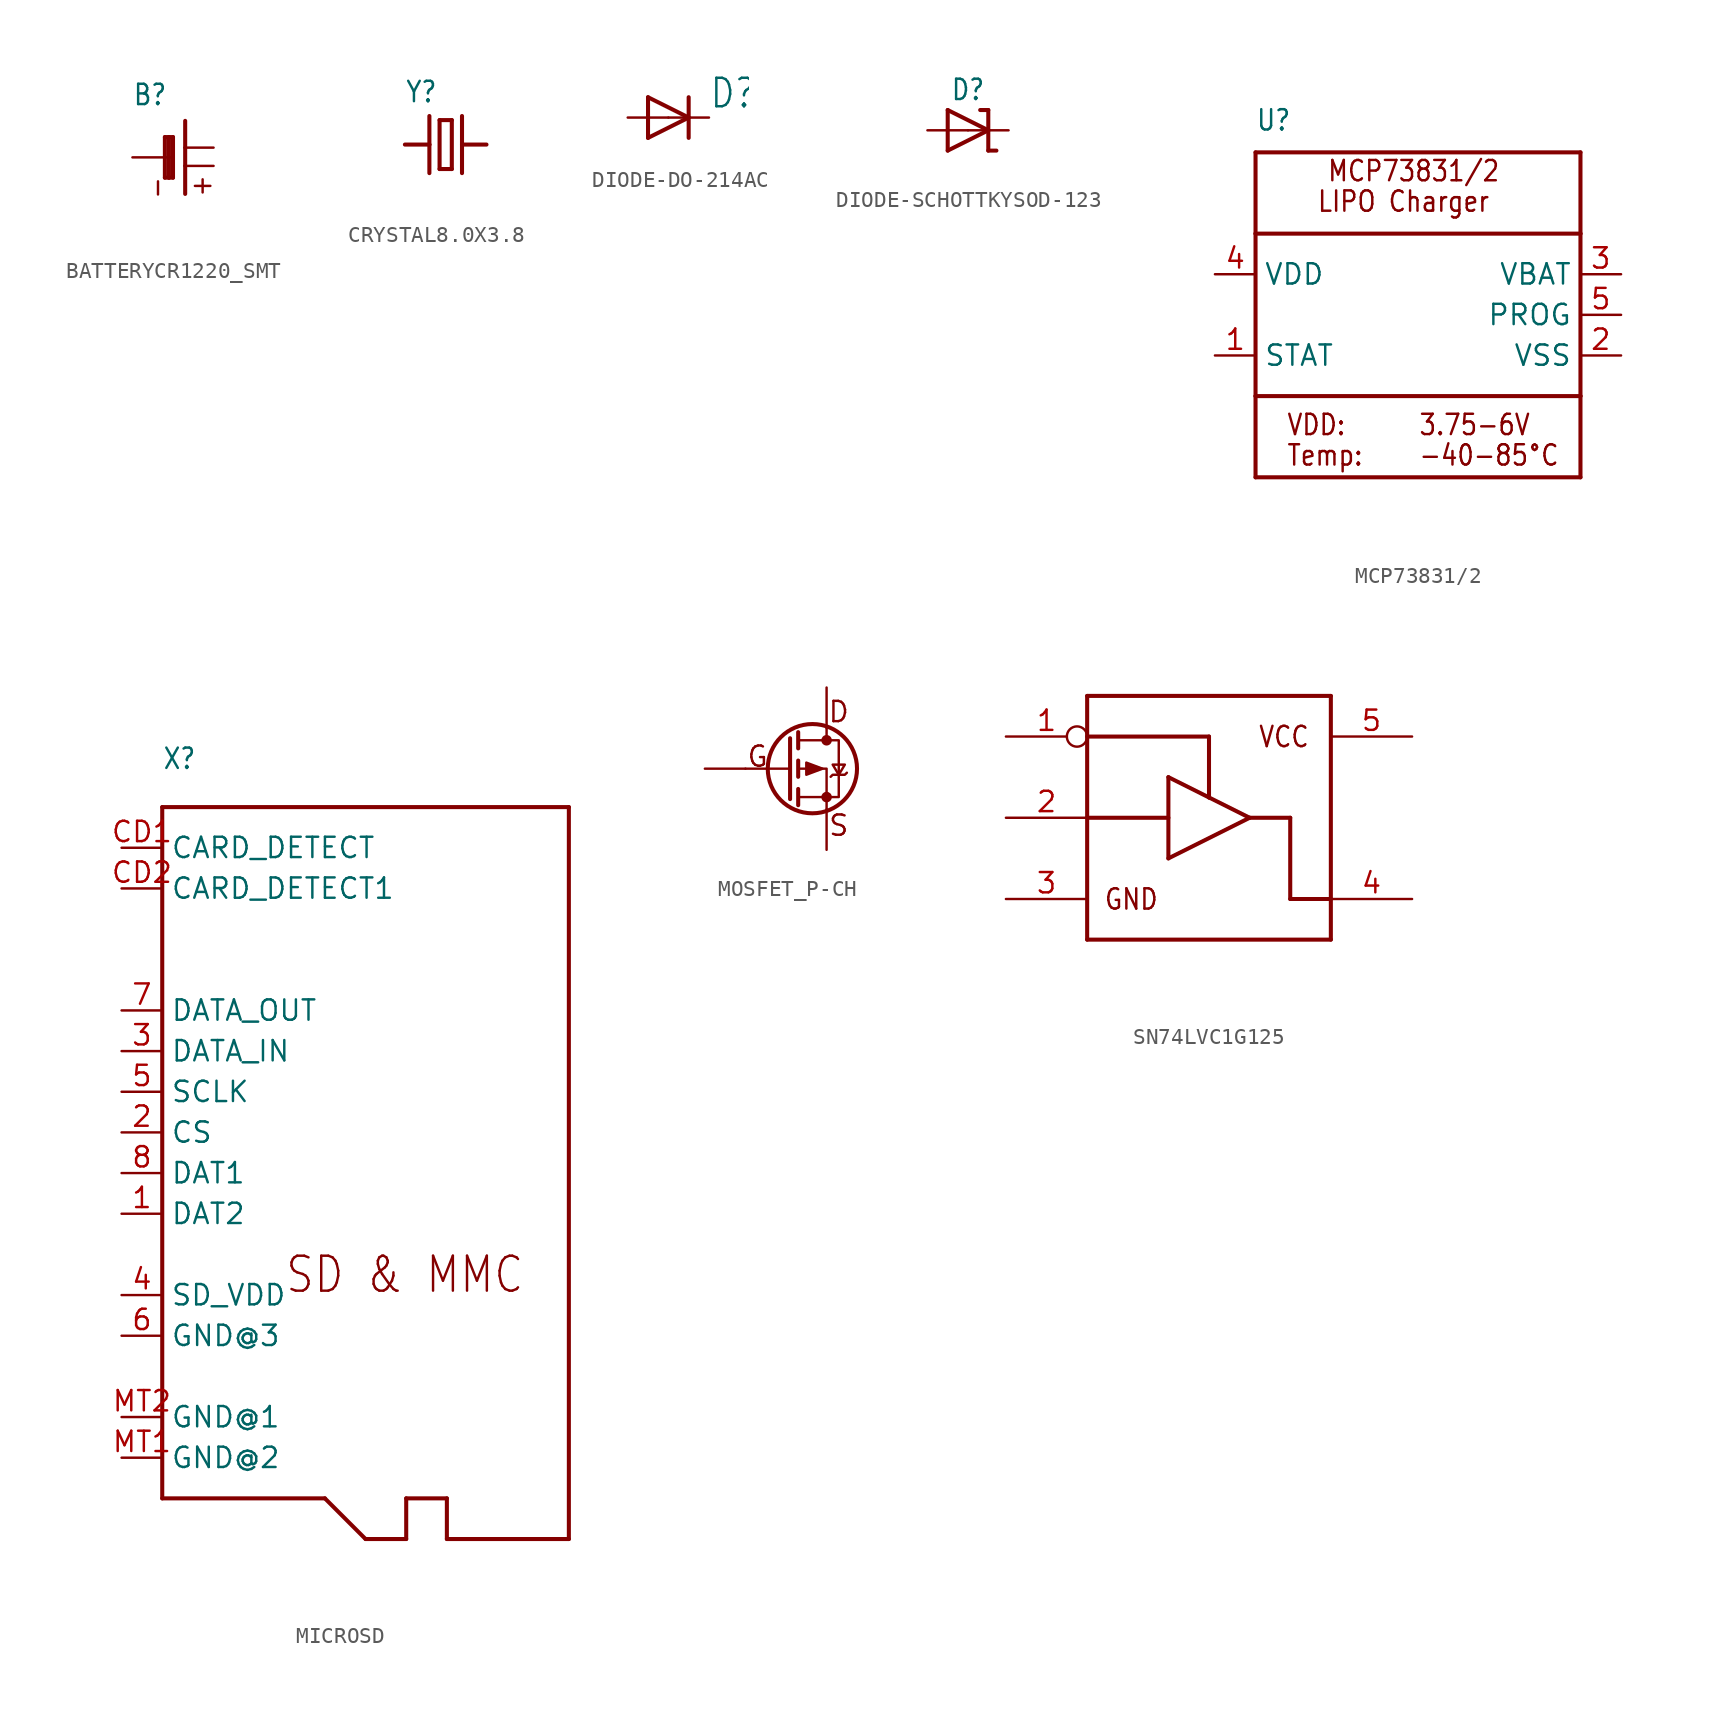
<source format=kicad_sym>
(kicad_symbol_lib
  (version 20241209)
  (generator "kicad_symbol_editor")
  (generator_version "9.0")
  (symbol "BATTERYCR1220_SMT"
    (property "Reference" "B"
      (at -2.54 3.175 0)
      (effects (font (size 1.27 1.079)) (justify left bottom)))
    (property "Value" ""
      (at -2.54 -5.08 0)
      (effects (font (size 1.27 1.079)) (justify left bottom)))
    (property "ki_locked" ""
      (at 0 0 0)
      (effects (font (size 1.27 1.27))))
    (symbol "BATTERYCR1220_SMT_1_0"
      (polyline (pts (xy -0.508 1.27) (xy -0.254 1.27)) (stroke (width 0.254) (type solid)) (fill (type none)))
      (polyline (pts (xy -0.508 -1.27) (xy -0.508 1.27)) (stroke (width 0.254) (type solid)) (fill (type none)))
      (polyline (pts (xy -0.254 1.27) (xy -0.254 -1.27)) (stroke (width 0.254) (type solid)) (fill (type none)))
      (polyline (pts (xy -0.254 1.27) (xy 0 1.27)) (stroke (width 0.254) (type solid)) (fill (type none)))
      (polyline (pts (xy -0.254 -1.27) (xy -0.508 -1.27)) (stroke (width 0.254) (type solid)) (fill (type none)))
      (polyline (pts (xy 0 1.27) (xy 0 -1.27)) (stroke (width 0.254) (type solid)) (fill (type none)))
      (polyline (pts (xy 0 -1.27) (xy -0.254 -1.27)) (stroke (width 0.254) (type solid)) (fill (type none)))
      (polyline (pts (xy 0.762 2.286) (xy 0.762 -2.286)) (stroke (width 0.254) (type solid)) (fill (type none)))
      (text "-" (at -1.778 -1.143 900) (effects (font (size 1.27 1.079)) (justify right top)))
      (text "+" (at 1.016 -1.016 900) (effects (font (size 1.27 1.079)) (justify right top)))
      (pin passive line (at -2.54 0 0) (length 2.54) (name "-" (effects (font (size 0 0)))) (number "3" (effects (font (size 0 0)))))
      (pin passive line (at 2.54 0.61 180) (length 1.829) (name "+" (effects (font (size 0 0)))) (number "1" (effects (font (size 0 0)))))
      (pin passive line (at 2.54 -0.533 180) (length 1.829) (name "+" (effects (font (size 0 0)))) (number "2" (effects (font (size 0 0)))))))
  (symbol "CRYSTAL8.0X3.8"
    (property "Reference" "Y"
      (at -2.54 2.54 0)
      (effects (font (size 1.27 1.079)) (justify left bottom)))
    (property "Value" ""
      (at -2.54 -3.81 0)
      (effects (font (size 1.27 1.079)) (justify left bottom)))
    (property "ki_locked" ""
      (at 0 0 0)
      (effects (font (size 1.27 1.27))))
    (symbol "CRYSTAL8.0X3.8_1_0"
      (polyline (pts (xy -2.54 0) (xy -1.016 0)) (stroke (width 0.254) (type solid)) (fill (type none)))
      (polyline (pts (xy -1.016 1.778) (xy -1.016 0)) (stroke (width 0.254) (type solid)) (fill (type none)))
      (polyline (pts (xy -1.016 0) (xy -1.016 -1.778)) (stroke (width 0.254) (type solid)) (fill (type none)))
      (polyline (pts (xy -0.381 1.524) (xy -0.381 -1.524)) (stroke (width 0.254) (type solid)) (fill (type none)))
      (polyline (pts (xy -0.381 -1.524) (xy 0.381 -1.524)) (stroke (width 0.254) (type solid)) (fill (type none)))
      (polyline (pts (xy 0.381 1.524) (xy -0.381 1.524)) (stroke (width 0.254) (type solid)) (fill (type none)))
      (polyline (pts (xy 0.381 -1.524) (xy 0.381 1.524)) (stroke (width 0.254) (type solid)) (fill (type none)))
      (polyline (pts (xy 1.016 1.778) (xy 1.016 0)) (stroke (width 0.254) (type solid)) (fill (type none)))
      (polyline (pts (xy 1.016 0) (xy 1.016 -1.778)) (stroke (width 0.254) (type solid)) (fill (type none)))
      (polyline (pts (xy 2.54 0) (xy 1.016 0)) (stroke (width 0.254) (type solid)) (fill (type none)))
      (pin passive line (at -3.81 -2.54 0) (length 2.54) (hide yes) (name "2" (effects (font (size 1.27 1.27)))) (number "2" (effects (font (size 1.27 1.27)))))
      (pin passive line (at -2.54 0 0) (length 0) (name "1" (effects (font (size 0 0)))) (number "1" (effects (font (size 0 0)))))
      (pin passive line (at 2.54 0 180) (length 0) (name "4" (effects (font (size 0 0)))) (number "4" (effects (font (size 0 0)))))
      (pin passive line (at 2.54 -2.54 180) (length 2.54) (hide yes) (name "3" (effects (font (size 1.27 1.27)))) (number "3" (effects (font (size 1.27 1.27)))))))
  (symbol "DIODE-DO-214AC"
    (property "Reference" "D"
      (at 2.54 0.483 0)
      (effects (font (size 1.778 1.511)) (justify left bottom)))
    (property "Value" ""
      (at 2.54 -2.311 0)
      (effects (font (size 1.778 1.511)) (justify left bottom)))
    (property "ki_locked" ""
      (at 0 0 0)
      (effects (font (size 1.27 1.27))))
    (symbol "DIODE-DO-214AC_1_0"
      (polyline (pts (xy -1.27 1.27) (xy -1.27 -1.27)) (stroke (width 0.254) (type solid)) (fill (type none)))
      (polyline (pts (xy -1.27 -1.27) (xy 1.27 0)) (stroke (width 0.254) (type solid)) (fill (type none)))
      (polyline (pts (xy 1.27 1.27) (xy 1.27 0)) (stroke (width 0.254) (type solid)) (fill (type none)))
      (polyline (pts (xy 1.27 0) (xy -1.27 1.27)) (stroke (width 0.254) (type solid)) (fill (type none)))
      (polyline (pts (xy 1.27 0) (xy 1.27 -1.27)) (stroke (width 0.254) (type solid)) (fill (type none)))
      (pin passive line (at -2.54 0 0) (length 2.54) (name "K" (effects (font (size 0 0)))) (number "2" (effects (font (size 0 0)))))
      (pin passive line (at 2.54 0 180) (length 2.54) (name "A" (effects (font (size 0 0)))) (number "1" (effects (font (size 0 0)))))))
  (symbol "DIODE-SCHOTTKYSOD-123"
    (property "Reference" "D"
      (at 0 2.54 0)
      (effects (font (size 1.27 1.079))))
    (property "Value" ""
      (at 0 -2.5 0)
      (effects (font (size 1.27 1.079))))
    (symbol "DIODE-SCHOTTKYSOD-123_1_0"
      (polyline (pts (xy -1.27 1.27) (xy -1.27 -1.27)) (stroke (width 0.254) (type solid)) (fill (type none)))
      (polyline (pts (xy -1.27 -1.27) (xy 1.27 0)) (stroke (width 0.254) (type solid)) (fill (type none)))
      (polyline (pts (xy 1.27 1.27) (xy 0.762 1.27)) (stroke (width 0.254) (type solid)) (fill (type none)))
      (polyline (pts (xy 1.27 1.27) (xy 1.27 0)) (stroke (width 0.254) (type solid)) (fill (type none)))
      (polyline (pts (xy 1.27 0) (xy -1.27 1.27)) (stroke (width 0.254) (type solid)) (fill (type none)))
      (polyline (pts (xy 1.27 0) (xy 1.27 -1.27)) (stroke (width 0.254) (type solid)) (fill (type none)))
      (polyline (pts (xy 1.27 -1.27) (xy 1.778 -1.27)) (stroke (width 0.254) (type solid)) (fill (type none)))
      (pin passive line (at -2.54 0 0) (length 2.54) (name "A" (effects (font (size 0 0)))) (number "2" (effects (font (size 0 0)))))
      (pin passive line (at 2.54 0 180) (length 2.54) (name "K" (effects (font (size 0 0)))) (number "1" (effects (font (size 0 0)))))))
  (symbol "MCP73831/2"
    (property "Reference" "U"
      (at -10.16 11.43 0)
      (effects (font (size 1.27 1.079)) (justify left bottom)))
    (property "Value" ""
      (at -10.16 -12.7 0)
      (effects (font (size 1.27 1.079)) (justify left bottom)))
    (symbol "MCP73831/2_1_0"
      (polyline (pts (xy -10.16 10.16) (xy -10.16 5.08)) (stroke (width 0.254) (type solid)) (fill (type none)))
      (polyline (pts (xy -10.16 10.16) (xy 10.16 10.16)) (stroke (width 0.254) (type solid)) (fill (type none)))
      (polyline (pts (xy -10.16 5.08) (xy 10.16 5.08)) (stroke (width 0.254) (type solid)) (fill (type none)))
      (polyline (pts (xy -10.16 -5.08) (xy -10.16 5.08)) (stroke (width 0.254) (type solid)) (fill (type none)))
      (polyline (pts (xy -10.16 -5.08) (xy -10.16 -10.16)) (stroke (width 0.254) (type solid)) (fill (type none)))
      (polyline (pts (xy 10.16 10.16) (xy 10.16 5.08)) (stroke (width 0.254) (type solid)) (fill (type none)))
      (polyline (pts (xy 10.16 5.08) (xy 10.16 -5.08)) (stroke (width 0.254) (type solid)) (fill (type none)))
      (polyline (pts (xy 10.16 -5.08) (xy -10.16 -5.08)) (stroke (width 0.254) (type solid)) (fill (type none)))
      (polyline (pts (xy 10.16 -5.08) (xy 10.16 -10.16)) (stroke (width 0.254) (type solid)) (fill (type none)))
      (polyline (pts (xy 10.16 -10.16) (xy -10.16 -10.16)) (stroke (width 0.254) (type solid)) (fill (type none)))
      (text "VDD:" (at -8.255 -7.62 0) (effects (font (size 1.27 1.079)) (justify left bottom)))
      (text "Temp:" (at -8.255 -9.525 0) (effects (font (size 1.27 1.079)) (justify left bottom)))
      (text "LIPO Charger" (at -6.35 6.35 0) (effects (font (size 1.27 1.079)) (justify left bottom)))
      (text "MCP73831/2" (at -5.715 8.255 0) (effects (font (size 1.27 1.079)) (justify left bottom)))
      (text "3.75-6V" (at 0 -7.62 0) (effects (font (size 1.27 1.079)) (justify left bottom)))
      (text "-40-85°C" (at 0 -9.525 0) (effects (font (size 1.27 1.079)) (justify left bottom)))
      (pin power_in line (at -12.7 2.54 0) (length 2.54) (name "VDD" (effects (font (size 1.27 1.27)))) (number "4" (effects (font (size 1.27 1.27)))))
      (pin output line (at -12.7 -2.54 0) (length 2.54) (name "STAT" (effects (font (size 1.27 1.27)))) (number "1" (effects (font (size 1.27 1.27)))))
      (pin power_in line (at 12.7 2.54 180) (length 2.54) (name "VBAT" (effects (font (size 1.27 1.27)))) (number "3" (effects (font (size 1.27 1.27)))))
      (pin input line (at 12.7 0 180) (length 2.54) (name "PROG" (effects (font (size 1.27 1.27)))) (number "5" (effects (font (size 1.27 1.27)))))
      (pin power_in line (at 12.7 -2.54 180) (length 2.54) (name "VSS" (effects (font (size 1.27 1.27)))) (number "2" (effects (font (size 1.27 1.27)))))))
  (symbol "MICROSD"
    (property "Reference" "X"
      (at -12.7 22.606 0)
      (effects (font (size 1.27 1.079)) (justify left bottom)))
    (property "Value" ""
      (at -12.7 20.828 0)
      (effects (font (size 1.27 1.079)) (justify left bottom)))
    (property "ki_locked" ""
      (at 0 0 0)
      (effects (font (size 1.27 1.27))))
    (symbol "MICROSD_1_0"
      (polyline (pts (xy -12.7 20.32) (xy -12.7 -22.86)) (stroke (width 0.254) (type solid)) (fill (type none)))
      (polyline (pts (xy -12.7 -22.86) (xy -2.54 -22.86)) (stroke (width 0.254) (type solid)) (fill (type none)))
      (polyline (pts (xy -2.54 -22.86) (xy 0 -25.4)) (stroke (width 0.254) (type solid)) (fill (type none)))
      (polyline (pts (xy 0 -25.4) (xy 2.54 -25.4)) (stroke (width 0.254) (type solid)) (fill (type none)))
      (polyline (pts (xy 2.54 -22.86) (xy 5.08 -22.86)) (stroke (width 0.254) (type solid)) (fill (type none)))
      (polyline (pts (xy 2.54 -25.4) (xy 2.54 -22.86)) (stroke (width 0.254) (type solid)) (fill (type none)))
      (polyline (pts (xy 5.08 -22.86) (xy 5.08 -25.4)) (stroke (width 0.254) (type solid)) (fill (type none)))
      (polyline (pts (xy 5.08 -25.4) (xy 12.7 -25.4)) (stroke (width 0.254) (type solid)) (fill (type none)))
      (polyline (pts (xy 12.7 20.32) (xy -12.7 20.32)) (stroke (width 0.254) (type solid)) (fill (type none)))
      (polyline (pts (xy 12.7 -25.4) (xy 12.7 20.32)) (stroke (width 0.254) (type solid)) (fill (type none)))
      (text "SD & MMC" (at -5.08 -10.16 0) (effects (font (size 2.184 1.857)) (justify left bottom)))
      (pin passive line (at -15.24 17.78 0) (length 2.54) (name "CARD_DETECT" (effects (font (size 1.27 1.27)))) (number "CD1" (effects (font (size 1.27 1.27)))))
      (pin passive line (at -15.24 15.24 0) (length 2.54) (name "CARD_DETECT1" (effects (font (size 1.27 1.27)))) (number "CD2" (effects (font (size 1.27 1.27)))))
      (pin output line (at -15.24 7.62 0) (length 2.54) (name "DATA_OUT" (effects (font (size 1.27 1.27)))) (number "7" (effects (font (size 1.27 1.27)))))
      (pin input line (at -15.24 5.08 0) (length 2.54) (name "DATA_IN" (effects (font (size 1.27 1.27)))) (number "3" (effects (font (size 1.27 1.27)))))
      (pin input line (at -15.24 2.54 0) (length 2.54) (name "SCLK" (effects (font (size 1.27 1.27)))) (number "5" (effects (font (size 1.27 1.27)))))
      (pin input line (at -15.24 0 0) (length 2.54) (name "CS" (effects (font (size 1.27 1.27)))) (number "2" (effects (font (size 1.27 1.27)))))
      (pin bidirectional line (at -15.24 -2.54 0) (length 2.54) (name "DAT1" (effects (font (size 1.27 1.27)))) (number "8" (effects (font (size 1.27 1.27)))))
      (pin bidirectional line (at -15.24 -5.08 0) (length 2.54) (name "DAT2" (effects (font (size 1.27 1.27)))) (number "1" (effects (font (size 1.27 1.27)))))
      (pin power_in line (at -15.24 -10.16 0) (length 2.54) (name "SD_VDD" (effects (font (size 1.27 1.27)))) (number "4" (effects (font (size 1.27 1.27)))))
      (pin power_in line (at -15.24 -12.7 0) (length 2.54) (name "GND@3" (effects (font (size 1.27 1.27)))) (number "6" (effects (font (size 1.27 1.27)))))
      (pin power_in line (at -15.24 -17.78 0) (length 2.54) (name "GND@1" (effects (font (size 1.27 1.27)))) (number "MT2" (effects (font (size 1.27 1.27)))))
      (pin power_in line (at -15.24 -20.32 0) (length 2.54) (name "GND@2" (effects (font (size 1.27 1.27)))) (number "MT1" (effects (font (size 1.27 1.27)))))))
  (symbol "MOSFET_P-CH"
    (property "Reference" ""
      (at 2.54 2.54 0)
      (effects (font (size 1.778 1.511)) (justify left bottom) (hide yes)))
    (property "Value" ""
      (at 2.54 0 0)
      (effects (font (size 1.778 1.511)) (justify left bottom)))
    (property "ki_locked" ""
      (at 0 0 0)
      (effects (font (size 1.27 1.27))))
    (symbol "MOSFET_P-CH_0_1"
      (polyline (pts (xy -2.286 1.905) (xy -2.286 -1.905)) (stroke (width 0.254) (type default)) (fill (type none)))
      (polyline (pts (xy -2.286 0) (xy -5.08 0)) (stroke (width 0) (type default)) (fill (type none)))
      (polyline (pts (xy -1.778 2.286) (xy -1.778 1.27)) (stroke (width 0.254) (type default)) (fill (type none)))
      (polyline (pts (xy -1.778 1.778) (xy 0.762 1.778) (xy 0.762 -1.778) (xy -1.778 -1.778)) (stroke (width 0) (type default)) (fill (type none)))
      (polyline (pts (xy -1.778 0.508) (xy -1.778 -0.508)) (stroke (width 0.254) (type default)) (fill (type none)))
      (polyline (pts (xy -1.778 -1.27) (xy -1.778 -2.286)) (stroke (width 0.254) (type default)) (fill (type none)))
      (circle (center -0.889 0) (radius 2.794) (stroke (width 0.254) (type default)) (fill (type none)))
      (polyline (pts (xy -0.254 0) (xy -1.27 0.381) (xy -1.27 -0.381) (xy -0.254 0)) (stroke (width 0) (type default)) (fill (type outline)))
      (polyline (pts (xy 0 2.54) (xy 0 1.778)) (stroke (width 0) (type default)) (fill (type none)))
      (circle (center 0 1.778) (radius 0.254) (stroke (width 0) (type default)) (fill (type outline)))
      (circle (center 0 -1.778) (radius 0.254) (stroke (width 0) (type default)) (fill (type outline)))
      (polyline (pts (xy 0 -2.54) (xy 0 0) (xy -1.778 0)) (stroke (width 0) (type default)) (fill (type none)))
      (polyline (pts (xy 0.254 -0.508) (xy 0.381 -0.381) (xy 1.143 -0.381) (xy 1.27 -0.254)) (stroke (width 0) (type default)) (fill (type none)))
      (polyline (pts (xy 0.762 -0.381) (xy 0.381 0.254) (xy 1.143 0.254) (xy 0.762 -0.381)) (stroke (width 0) (type default)) (fill (type none))))
    (symbol "MOSFET_P-CH_1_1"
      (text "G" (at -4.318 0.762 0) (effects (font (size 1.27 1.27))))
      (text "D" (at 0.762 3.556 0) (effects (font (size 1.27 1.27))))
      (text "S" (at 0.762 -3.556 0) (effects (font (size 1.27 1.27))))
      (pin passive line (at -7.62 0 0) (length 2.54) (name "G" (effects (font (size 0 0)))) (number "P$1" (effects (font (size 0 0)))))
      (pin passive line (at 0 5.08 270) (length 2.54) (name "D" (effects (font (size 0 0)))) (number "P$3" (effects (font (size 0 0)))))
      (pin passive line (at 0 -5.08 90) (length 2.54) (name "S" (effects (font (size 0 0)))) (number "P$2" (effects (font (size 0 0)))))))
  (symbol "SN74LVC1G125"
    (property "Reference" "U"
      (at -7.62 8.89 0)
      (effects (font (size 1.778 1.511)) (justify left bottom) (hide yes)))
    (property "Value" ""
      (at -7.62 -10.795 0)
      (effects (font (size 1.778 1.511)) (justify left bottom)))
    (symbol "SN74LVC1G125_1_0"
      (polyline (pts (xy -7.62 7.62) (xy -7.62 -7.62)) (stroke (width 0.254) (type solid)) (fill (type none)))
      (polyline (pts (xy -7.62 5.08) (xy 0 5.08)) (stroke (width 0.254) (type solid)) (fill (type none)))
      (polyline (pts (xy -7.62 0) (xy -2.54 0)) (stroke (width 0.254) (type solid)) (fill (type none)))
      (polyline (pts (xy -7.62 -7.62) (xy 7.62 -7.62)) (stroke (width 0.254) (type solid)) (fill (type none)))
      (polyline (pts (xy -2.54 2.54) (xy -2.54 -2.54)) (stroke (width 0.254) (type solid)) (fill (type none)))
      (polyline (pts (xy -2.54 2.54) (xy 0 1.27)) (stroke (width 0.254) (type solid)) (fill (type none)))
      (polyline (pts (xy 0 5.08) (xy 0 1.27)) (stroke (width 0.254) (type solid)) (fill (type none)))
      (polyline (pts (xy 0 1.27) (xy 2.54 0)) (stroke (width 0.254) (type solid)) (fill (type none)))
      (polyline (pts (xy 2.54 0) (xy -2.54 -2.54)) (stroke (width 0.254) (type solid)) (fill (type none)))
      (polyline (pts (xy 2.54 0) (xy 5.08 0)) (stroke (width 0.254) (type solid)) (fill (type none)))
      (polyline (pts (xy 5.08 0) (xy 5.08 -5.08)) (stroke (width 0.254) (type solid)) (fill (type none)))
      (polyline (pts (xy 5.08 -5.08) (xy 7.62 -5.08)) (stroke (width 0.254) (type solid)) (fill (type none)))
      (polyline (pts (xy 7.62 7.62) (xy -7.62 7.62)) (stroke (width 0.254) (type solid)) (fill (type none)))
      (polyline (pts (xy 7.62 -7.62) (xy 7.62 7.62)) (stroke (width 0.254) (type solid)) (fill (type none)))
      (text "GND" (at -6.604 -5.842 0) (effects (font (size 1.27 1.079)) (justify left bottom)))
      (text "VCC" (at 3.048 4.318 0) (effects (font (size 1.27 1.079)) (justify left bottom)))
      (pin bidirectional inverted (at -12.7 5.08 0) (length 5.08) (name "P$1" (effects (font (size 0 0)))) (number "1" (effects (font (size 1.27 1.27)))))
      (pin bidirectional line (at -12.7 0 0) (length 5.08) (name "P$2" (effects (font (size 0 0)))) (number "2" (effects (font (size 1.27 1.27)))))
      (pin bidirectional line (at -12.7 -5.08 0) (length 5.08) (name "P$3" (effects (font (size 0 0)))) (number "3" (effects (font (size 1.27 1.27)))))
      (pin bidirectional line (at 12.7 5.08 180) (length 5.08) (name "P$5" (effects (font (size 0 0)))) (number "5" (effects (font (size 1.27 1.27)))))
      (pin bidirectional line (at 12.7 -5.08 180) (length 5.08) (name "P$4" (effects (font (size 0 0)))) (number "4" (effects (font (size 1.27 1.27))))))))
</source>
